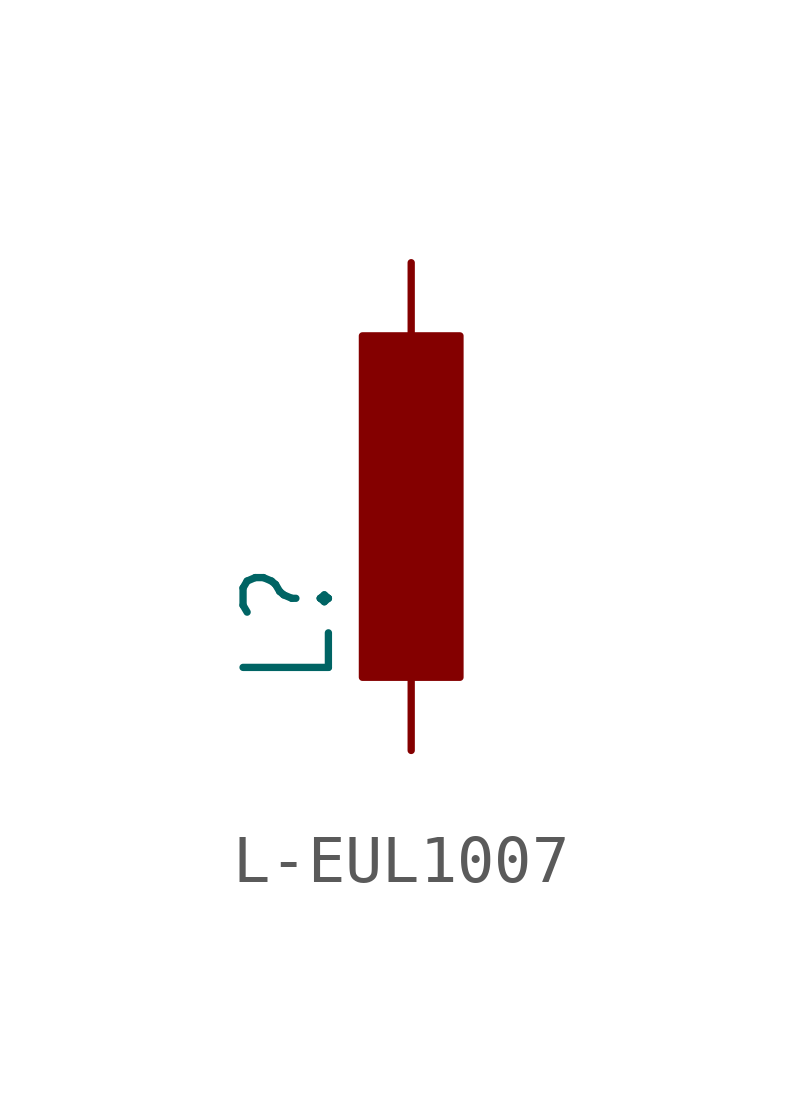
<source format=kicad_sym>
(kicad_symbol_lib
  (version 20241209)
  (generator "kicad_symbol_editor")
  (generator_version "9.0")
  (symbol "L-EUL1007"
    (property "Reference" "L"
      (at -1.499 -3.81 90)
      (effects (font (size 1.778 1.511)) (justify left bottom)))
    (property "Value" ""
      (at 3.302 -3.81 90)
      (effects (font (size 1.778 1.511)) (justify left bottom)))
    (property "ki_locked" ""
      (at 0 0 0)
      (effects (font (size 1.27 1.27))))
    (symbol "L-EUL1007_1_0"
      (rectangle (start -1.016 -3.556) (end 1.016 3.556) (stroke (width 0) (type default)) (fill (type outline)))
      (pin passive line (at 0 5.08 270) (length 2.54) (name "1" (effects (font (size 0 0)))) (number "P$1" (effects (font (size 0 0)))))
      (pin passive line (at 0 -5.08 90) (length 2.54) (name "2" (effects (font (size 0 0)))) (number "P$2" (effects (font (size 0 0))))))))
</source>
